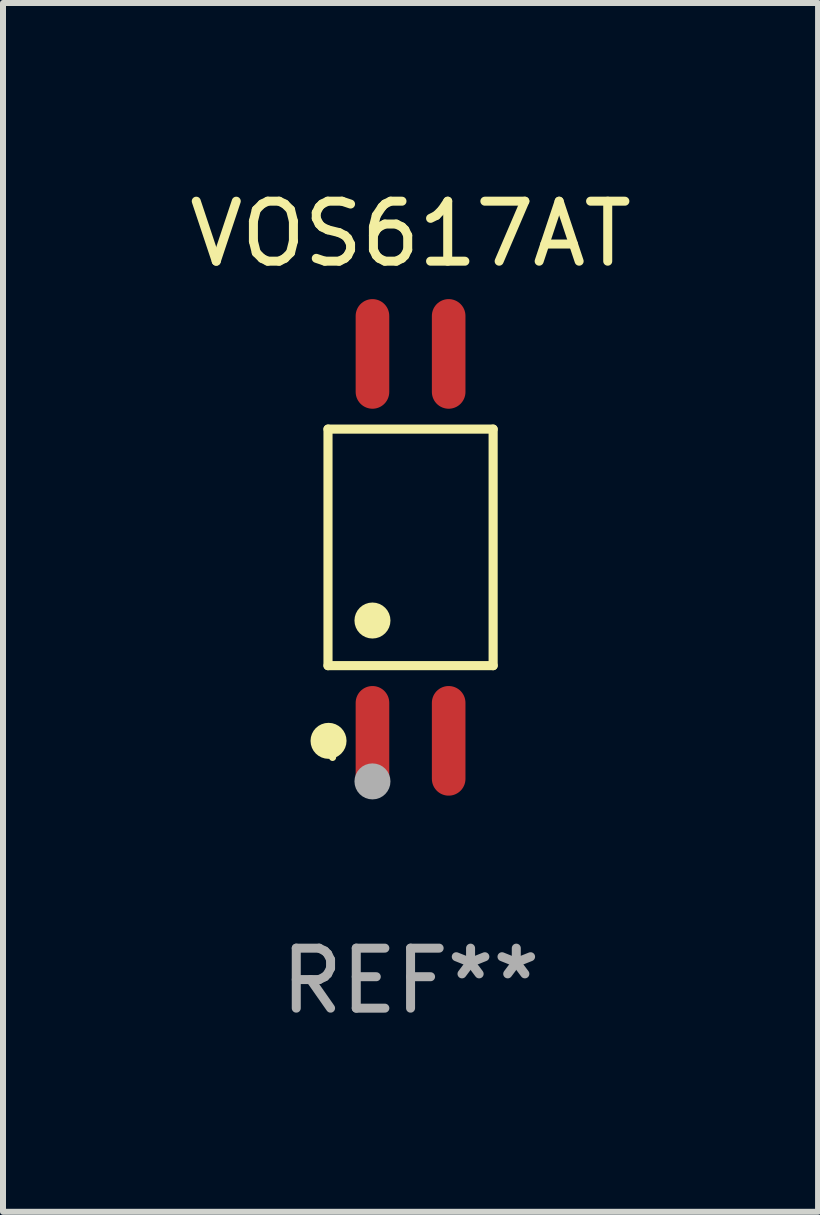
<source format=kicad_pcb>
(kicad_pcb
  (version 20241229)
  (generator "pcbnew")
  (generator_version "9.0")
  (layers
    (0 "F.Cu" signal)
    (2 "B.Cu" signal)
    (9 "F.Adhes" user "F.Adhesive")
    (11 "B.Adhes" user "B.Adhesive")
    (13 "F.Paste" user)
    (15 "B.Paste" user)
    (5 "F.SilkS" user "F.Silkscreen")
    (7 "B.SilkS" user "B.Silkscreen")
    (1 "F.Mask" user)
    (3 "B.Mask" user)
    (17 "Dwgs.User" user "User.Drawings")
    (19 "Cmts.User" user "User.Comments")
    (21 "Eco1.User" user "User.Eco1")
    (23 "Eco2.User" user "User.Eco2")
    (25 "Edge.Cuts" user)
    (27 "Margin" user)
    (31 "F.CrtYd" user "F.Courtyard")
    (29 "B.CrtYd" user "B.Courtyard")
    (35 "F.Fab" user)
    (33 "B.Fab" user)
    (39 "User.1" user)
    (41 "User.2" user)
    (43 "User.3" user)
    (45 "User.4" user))
  (footprint "VOS617AT"
    (layer "F.Cu")
    (at 3.792 6.072)
    (property "Reference" "VOS617AT" (at 0 -5.224 0) (layer "F.SilkS") (effects (font (size 1 1) (thickness 0.15))))
    (attr through_hole)
    (fp_line (start -1.376 -1.971) (end 1.376 -1.971) (stroke (width 0.152) (type solid)) (layer "F.SilkS"))
    (fp_line (start -1.376 1.971) (end -1.376 -1.971) (stroke (width 0.152) (type solid)) (layer "F.SilkS"))
    (fp_line (start 1.376 -1.971) (end 1.376 1.971) (stroke (width 0.152) (type solid)) (layer "F.SilkS"))
    (fp_line (start 1.376 1.971) (end -1.376 1.971) (stroke (width 0.152) (type solid)) (layer "F.SilkS"))
    (fp_circle (center -1.367 3.224) (end -1.217 3.224) (stroke (width 0.3) (type solid)) (fill no) (layer "F.SilkS"))
    (fp_circle (center -1.3 3.5) (end -1.27 3.5) (stroke (width 0.06) (type solid)) (fill no) (layer "F.SilkS"))
    (fp_circle (center -0.635 1.219) (end -0.485 1.219) (stroke (width 0.3) (type solid)) (fill no) (layer "F.SilkS"))
    (fp_circle (center -0.635 3.9) (end -0.485 3.9) (stroke (width 0.3) (type solid)) (fill no) (layer "F.Fab"))
    (fp_text user "REF**" (at 0 7.224 0) (layer "F.Fab") (effects (font (size 1 1) (thickness 0.15))))
    (pad "1" smd oval (at -0.635 3.224) (size 0.56 1.827) (layers "F.Cu" "F.Mask" "F.Paste"))
    (pad "2" smd oval (at 0.635 3.224) (size 0.56 1.827) (layers "F.Cu" "F.Mask" "F.Paste"))
    (pad "3" smd oval (at 0.635 -3.224) (size 0.56 1.827) (layers "F.Cu" "F.Mask" "F.Paste"))
    (pad "4" smd oval (at -0.635 -3.224) (size 0.56 1.827) (layers "F.Cu" "F.Mask" "F.Paste")))
  (gr_rect
    (start -3 -3)
    (end 10.583 17.144)
    (stroke (width 0.1) (type default))
    (fill no)
    (layer "Edge.Cuts")))
</source>
